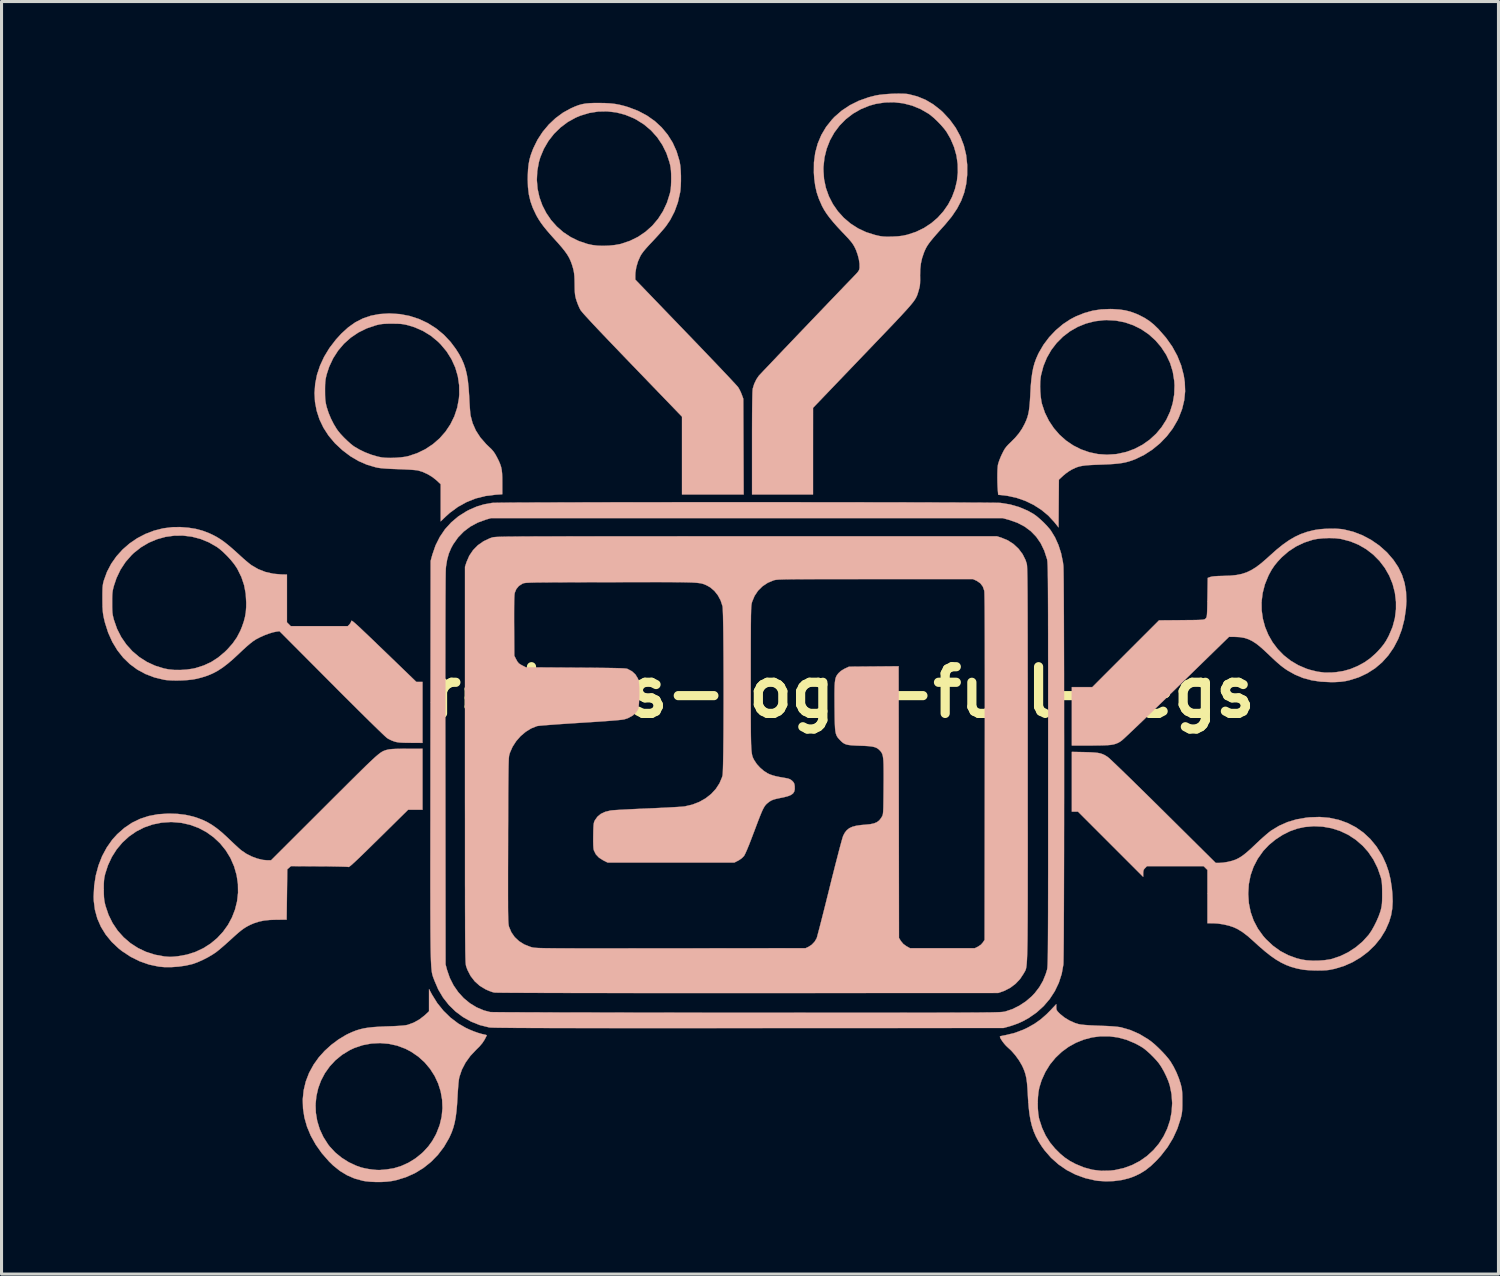
<source format=kicad_pcb>
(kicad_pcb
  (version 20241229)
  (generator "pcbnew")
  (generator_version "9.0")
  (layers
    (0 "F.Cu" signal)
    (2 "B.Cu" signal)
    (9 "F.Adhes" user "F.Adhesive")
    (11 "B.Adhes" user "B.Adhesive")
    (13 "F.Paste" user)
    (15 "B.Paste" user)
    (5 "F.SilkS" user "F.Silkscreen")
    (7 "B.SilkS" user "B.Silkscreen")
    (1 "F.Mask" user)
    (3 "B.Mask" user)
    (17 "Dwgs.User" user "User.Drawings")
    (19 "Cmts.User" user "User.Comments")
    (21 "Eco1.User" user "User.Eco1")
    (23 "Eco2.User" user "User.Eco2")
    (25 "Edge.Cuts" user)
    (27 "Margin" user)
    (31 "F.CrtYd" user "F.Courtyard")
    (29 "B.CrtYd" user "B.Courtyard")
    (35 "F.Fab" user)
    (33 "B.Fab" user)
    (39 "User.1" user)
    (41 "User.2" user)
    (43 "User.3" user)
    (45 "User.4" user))
  (footprint "red-rs-logo-full-legs"
    (layer "F.Cu")
    (at 24.453 19.54)
    (property "Reference" "red-rs-logo-full-legs" (at 0 0 0) (layer "F.SilkS") (effects (font (size 1.524 1.524) (thickness 0.3))))
    (attr through_hole)
    (fp_poly (pts (xy -13.407 9.864) (xy -13.236 10.14) (xy -13.033 10.392) (xy -12.803 10.616) (xy -12.548 10.809) (xy -12.308 10.948) (xy -12.181 11.007) (xy -12.042 11.064) (xy -11.905 11.113) (xy -11.781 11.149) (xy -11.708 11.165) (xy -11.654 11.177) (xy -11.623 11.188) (xy -11.62 11.192) (xy -11.63 11.215) (xy -11.655 11.265) (xy -11.69 11.332) (xy -11.697 11.344) (xy -11.765 11.448) (xy -11.86 11.56) (xy -11.961 11.659) (xy -12.155 11.865) (xy -12.313 12.084) (xy -12.432 12.313) (xy -12.512 12.549) (xy -12.522 12.594) (xy -12.532 12.657) (xy -12.543 12.754) (xy -12.553 12.876) (xy -12.563 13.013) (xy -12.572 13.157) (xy -12.573 13.187) (xy -12.589 13.448) (xy -12.609 13.674) (xy -12.635 13.871) (xy -12.668 14.045) (xy -12.71 14.203) (xy -12.762 14.352) (xy -12.826 14.497) (xy -12.852 14.551) (xy -13.018 14.835) (xy -13.215 15.094) (xy -13.44 15.324) (xy -13.691 15.524) (xy -13.965 15.691) (xy -14.258 15.822) (xy -14.568 15.917) (xy -14.719 15.948) (xy -14.873 15.967) (xy -15.05 15.978) (xy -15.236 15.979) (xy -15.417 15.971) (xy -15.58 15.954) (xy -15.665 15.939) (xy -15.931 15.866) (xy -16.178 15.759) (xy -16.41 15.618) (xy -16.633 15.439) (xy -16.767 15.308) (xy -17.002 15.039) (xy -17.2 14.759) (xy -17.361 14.471) (xy -17.484 14.177) (xy -17.569 13.879) (xy -17.615 13.581) (xy -17.619 13.449) (xy -17.206 13.449) (xy -17.197 13.719) (xy -17.152 13.988) (xy -17.071 14.253) (xy -16.953 14.509) (xy -16.797 14.754) (xy -16.74 14.827) (xy -16.563 15.017) (xy -16.355 15.187) (xy -16.124 15.333) (xy -15.879 15.448) (xy -15.715 15.505) (xy -15.606 15.531) (xy -15.481 15.555) (xy -15.352 15.573) (xy -15.232 15.585) (xy -15.133 15.589) (xy -15.092 15.587) (xy -15.044 15.582) (xy -14.97 15.576) (xy -14.891 15.569) (xy -14.651 15.531) (xy -14.409 15.456) (xy -14.171 15.348) (xy -13.946 15.209) (xy -13.741 15.044) (xy -13.687 14.993) (xy -13.529 14.821) (xy -13.4 14.643) (xy -13.287 14.443) (xy -13.261 14.389) (xy -13.156 14.12) (xy -13.091 13.846) (xy -13.065 13.57) (xy -13.076 13.295) (xy -13.123 13.026) (xy -13.205 12.766) (xy -13.32 12.519) (xy -13.468 12.288) (xy -13.646 12.076) (xy -13.854 11.888) (xy -14.09 11.727) (xy -14.273 11.631) (xy -14.539 11.531) (xy -14.816 11.47) (xy -15.101 11.446) (xy -15.386 11.461) (xy -15.667 11.514) (xy -15.938 11.605) (xy -16.086 11.674) (xy -16.335 11.825) (xy -16.554 12.003) (xy -16.743 12.206) (xy -16.901 12.428) (xy -17.027 12.667) (xy -17.12 12.919) (xy -17.18 13.181) (xy -17.206 13.449) (xy -17.619 13.449) (xy -17.624 13.283) (xy -17.594 12.988) (xy -17.525 12.699) (xy -17.417 12.418) (xy -17.269 12.148) (xy -17.102 11.914) (xy -16.912 11.703) (xy -16.694 11.505) (xy -16.459 11.329) (xy -16.217 11.183) (xy -16.14 11.144) (xy -16.009 11.085) (xy -15.886 11.036) (xy -15.763 10.998) (xy -15.635 10.967) (xy -15.493 10.944) (xy -15.331 10.926) (xy -15.142 10.913) (xy -14.92 10.903) (xy -14.859 10.901) (xy -14.655 10.894) (xy -14.49 10.885) (xy -14.361 10.875) (xy -14.266 10.864) (xy -14.2 10.851) (xy -14.198 10.85) (xy -14.005 10.779) (xy -13.818 10.675) (xy -13.653 10.548) (xy -13.643 10.539) (xy -13.504 10.409) (xy -13.504 10.046) (xy -13.504 9.684) (xy -13.407 9.864)) (stroke (width 0.01) (type solid)) (fill yes) (layer "B.SilkS"))
    (fp_poly (pts (xy 8.812 -12.504) (xy 9.026 -12.49) (xy 9.211 -12.463) (xy 9.383 -12.42) (xy 9.555 -12.358) (xy 9.67 -12.307) (xy 9.846 -12.216) (xy 10.001 -12.116) (xy 10.148 -11.997) (xy 10.299 -11.85) (xy 10.543 -11.571) (xy 10.748 -11.281) (xy 10.913 -10.979) (xy 11.038 -10.667) (xy 11.122 -10.347) (xy 11.157 -10.119) (xy 11.168 -9.822) (xy 11.139 -9.532) (xy 11.07 -9.245) (xy 10.959 -8.958) (xy 10.921 -8.879) (xy 10.764 -8.609) (xy 10.571 -8.356) (xy 10.348 -8.125) (xy 10.1 -7.921) (xy 9.831 -7.747) (xy 9.547 -7.609) (xy 9.448 -7.571) (xy 9.34 -7.535) (xy 9.233 -7.506) (xy 9.119 -7.483) (xy 8.991 -7.465) (xy 8.843 -7.451) (xy 8.668 -7.44) (xy 8.459 -7.431) (xy 8.403 -7.429) (xy 8.21 -7.422) (xy 8.053 -7.414) (xy 7.925 -7.404) (xy 7.82 -7.39) (xy 7.732 -7.373) (xy 7.653 -7.35) (xy 7.578 -7.32) (xy 7.499 -7.283) (xy 7.462 -7.264) (xy 7.371 -7.209) (xy 7.272 -7.138) (xy 7.186 -7.066) (xy 7.182 -7.062) (xy 7.049 -6.938) (xy 7.043 -6.159) (xy 7.038 -5.381) (xy 6.9 -5.553) (xy 6.704 -5.766) (xy 6.475 -5.955) (xy 6.221 -6.117) (xy 5.947 -6.249) (xy 5.657 -6.349) (xy 5.357 -6.413) (xy 5.231 -6.429) (xy 5.069 -6.445) (xy 5.056 -6.593) (xy 5.048 -6.716) (xy 5.043 -6.855) (xy 5.041 -7) (xy 5.042 -7.142) (xy 5.046 -7.269) (xy 5.054 -7.371) (xy 5.06 -7.42) (xy 5.079 -7.492) (xy 5.112 -7.587) (xy 5.155 -7.692) (xy 5.19 -7.767) (xy 5.242 -7.872) (xy 5.288 -7.951) (xy 5.339 -8.018) (xy 5.402 -8.087) (xy 5.475 -8.157) (xy 5.625 -8.308) (xy 5.746 -8.452) (xy 5.846 -8.599) (xy 5.934 -8.762) (xy 5.939 -8.774) (xy 5.984 -8.874) (xy 6.021 -8.973) (xy 6.049 -9.077) (xy 6.072 -9.194) (xy 6.089 -9.33) (xy 6.103 -9.492) (xy 6.115 -9.688) (xy 6.117 -9.741) (xy 6.131 -9.983) (xy 6.437 -9.983) (xy 6.443 -9.81) (xy 6.457 -9.641) (xy 6.479 -9.491) (xy 6.495 -9.415) (xy 6.591 -9.128) (xy 6.722 -8.862) (xy 6.883 -8.62) (xy 7.071 -8.403) (xy 7.285 -8.213) (xy 7.52 -8.054) (xy 7.774 -7.926) (xy 8.043 -7.832) (xy 8.325 -7.773) (xy 8.616 -7.753) (xy 8.913 -7.772) (xy 8.954 -7.778) (xy 9.248 -7.843) (xy 9.525 -7.945) (xy 9.781 -8.08) (xy 10.014 -8.245) (xy 10.223 -8.438) (xy 10.404 -8.656) (xy 10.556 -8.895) (xy 10.676 -9.154) (xy 10.762 -9.428) (xy 10.812 -9.715) (xy 10.823 -10.013) (xy 10.814 -10.158) (xy 10.766 -10.46) (xy 10.678 -10.745) (xy 10.551 -11.014) (xy 10.385 -11.267) (xy 10.207 -11.476) (xy 9.986 -11.677) (xy 9.741 -11.845) (xy 9.477 -11.977) (xy 9.198 -12.073) (xy 8.907 -12.129) (xy 8.607 -12.146) (xy 8.521 -12.143) (xy 8.219 -12.107) (xy 7.932 -12.033) (xy 7.661 -11.923) (xy 7.41 -11.779) (xy 7.182 -11.605) (xy 6.978 -11.401) (xy 6.802 -11.172) (xy 6.657 -10.919) (xy 6.544 -10.645) (xy 6.467 -10.351) (xy 6.455 -10.281) (xy 6.441 -10.144) (xy 6.437 -9.983) (xy 6.131 -9.983) (xy 6.132 -9.998) (xy 6.152 -10.22) (xy 6.179 -10.414) (xy 6.212 -10.586) (xy 6.255 -10.743) (xy 6.309 -10.891) (xy 6.374 -11.038) (xy 6.393 -11.076) (xy 6.546 -11.339) (xy 6.732 -11.586) (xy 6.946 -11.812) (xy 7.181 -12.011) (xy 7.433 -12.177) (xy 7.603 -12.265) (xy 7.879 -12.376) (xy 8.151 -12.452) (xy 8.43 -12.495) (xy 8.727 -12.506) (xy 8.812 -12.504)) (stroke (width 0.01) (type solid)) (fill yes) (layer "B.SilkS"))
    (fp_poly (pts (xy -14.456 -12.341) (xy -14.138 -12.28) (xy -13.832 -12.181) (xy -13.542 -12.045) (xy -13.271 -11.873) (xy -13.022 -11.668) (xy -12.799 -11.431) (xy -12.629 -11.203) (xy -12.525 -11.038) (xy -12.439 -10.878) (xy -12.369 -10.717) (xy -12.313 -10.549) (xy -12.269 -10.366) (xy -12.236 -10.162) (xy -12.212 -9.931) (xy -12.194 -9.666) (xy -12.191 -9.606) (xy -12.184 -9.463) (xy -12.175 -9.327) (xy -12.166 -9.206) (xy -12.158 -9.108) (xy -12.15 -9.043) (xy -12.149 -9.034) (xy -12.082 -8.783) (xy -11.976 -8.543) (xy -11.829 -8.315) (xy -11.641 -8.1) (xy -11.554 -8.016) (xy -11.468 -7.934) (xy -11.404 -7.861) (xy -11.35 -7.783) (xy -11.294 -7.683) (xy -11.282 -7.66) (xy -11.225 -7.546) (xy -11.183 -7.447) (xy -11.152 -7.354) (xy -11.132 -7.257) (xy -11.12 -7.146) (xy -11.114 -7.012) (xy -11.113 -6.847) (xy -11.113 -6.836) (xy -11.113 -6.462) (xy -11.326 -6.448) (xy -11.661 -6.406) (xy -11.98 -6.326) (xy -12.28 -6.206) (xy -12.563 -6.049) (xy -12.828 -5.854) (xy -12.967 -5.728) (xy -13.123 -5.577) (xy -13.123 -6.79) (xy -13.261 -6.919) (xy -13.394 -7.024) (xy -13.551 -7.119) (xy -13.716 -7.194) (xy -13.864 -7.239) (xy -13.918 -7.247) (xy -14.006 -7.255) (xy -14.122 -7.264) (xy -14.259 -7.271) (xy -14.408 -7.278) (xy -14.52 -7.282) (xy -14.711 -7.289) (xy -14.865 -7.297) (xy -14.99 -7.306) (xy -15.092 -7.316) (xy -15.176 -7.328) (xy -15.241 -7.342) (xy -15.531 -7.427) (xy -15.807 -7.548) (xy -16.074 -7.706) (xy -16.332 -7.902) (xy -16.575 -8.129) (xy -16.781 -8.374) (xy -16.948 -8.633) (xy -17.078 -8.904) (xy -17.169 -9.185) (xy -17.224 -9.474) (xy -17.24 -9.768) (xy -17.234 -9.842) (xy -16.897 -9.842) (xy -16.896 -9.707) (xy -16.893 -9.602) (xy -16.885 -9.516) (xy -16.873 -9.437) (xy -16.855 -9.354) (xy -16.842 -9.303) (xy -16.784 -9.124) (xy -16.706 -8.935) (xy -16.614 -8.753) (xy -16.516 -8.591) (xy -16.472 -8.53) (xy -16.391 -8.431) (xy -16.289 -8.322) (xy -16.178 -8.214) (xy -16.07 -8.116) (xy -15.973 -8.039) (xy -15.957 -8.027) (xy -15.787 -7.926) (xy -15.591 -7.831) (xy -15.383 -7.751) (xy -15.178 -7.691) (xy -15.039 -7.663) (xy -14.912 -7.651) (xy -14.758 -7.648) (xy -14.593 -7.653) (xy -14.429 -7.666) (xy -14.281 -7.685) (xy -14.182 -7.706) (xy -13.892 -7.802) (xy -13.623 -7.933) (xy -13.377 -8.096) (xy -13.158 -8.287) (xy -12.966 -8.505) (xy -12.805 -8.746) (xy -12.677 -9.007) (xy -12.584 -9.286) (xy -12.529 -9.58) (xy -12.517 -9.716) (xy -12.52 -10.019) (xy -12.564 -10.314) (xy -12.647 -10.598) (xy -12.77 -10.868) (xy -12.929 -11.122) (xy -13.126 -11.357) (xy -13.21 -11.441) (xy -13.442 -11.633) (xy -13.695 -11.788) (xy -13.97 -11.91) (xy -14.177 -11.974) (xy -14.266 -11.996) (xy -14.344 -12.011) (xy -14.424 -12.021) (xy -14.517 -12.026) (xy -14.636 -12.028) (xy -14.711 -12.029) (xy -14.846 -12.028) (xy -14.951 -12.024) (xy -15.037 -12.017) (xy -15.115 -12.005) (xy -15.196 -11.987) (xy -15.244 -11.974) (xy -15.537 -11.875) (xy -15.808 -11.741) (xy -16.056 -11.574) (xy -16.278 -11.376) (xy -16.471 -11.15) (xy -16.633 -10.898) (xy -16.762 -10.623) (xy -16.843 -10.376) (xy -16.864 -10.288) (xy -16.88 -10.209) (xy -16.889 -10.129) (xy -16.895 -10.036) (xy -16.897 -9.918) (xy -16.897 -9.842) (xy -17.234 -9.842) (xy -17.218 -10.064) (xy -17.159 -10.362) (xy -17.061 -10.657) (xy -16.926 -10.949) (xy -16.753 -11.234) (xy -16.541 -11.51) (xy -16.362 -11.706) (xy -16.138 -11.91) (xy -15.905 -12.075) (xy -15.66 -12.2) (xy -15.398 -12.289) (xy -15.117 -12.342) (xy -14.813 -12.361) (xy -14.785 -12.361) (xy -14.456 -12.341)) (stroke (width 0.01) (type solid)) (fill yes) (layer "B.SilkS"))
    (fp_poly (pts (xy 6.964 10.276) (xy 6.966 10.328) (xy 6.976 10.367) (xy 7.001 10.406) (xy 7.046 10.455) (xy 7.091 10.499) (xy 7.229 10.611) (xy 7.394 10.711) (xy 7.568 10.789) (xy 7.697 10.829) (xy 7.778 10.843) (xy 7.895 10.855) (xy 8.048 10.866) (xy 8.241 10.875) (xy 8.382 10.881) (xy 8.61 10.889) (xy 8.797 10.9) (xy 8.943 10.913) (xy 9.049 10.927) (xy 9.078 10.933) (xy 9.384 11.022) (xy 9.679 11.152) (xy 9.958 11.32) (xy 10.066 11.398) (xy 10.173 11.487) (xy 10.291 11.597) (xy 10.412 11.718) (xy 10.526 11.84) (xy 10.623 11.955) (xy 10.687 12.041) (xy 10.788 12.209) (xy 10.884 12.401) (xy 10.965 12.601) (xy 11.022 12.779) (xy 11.043 12.861) (xy 11.058 12.933) (xy 11.068 13.006) (xy 11.074 13.088) (xy 11.077 13.192) (xy 11.077 13.325) (xy 11.077 13.346) (xy 11.077 13.486) (xy 11.074 13.593) (xy 11.068 13.679) (xy 11.058 13.754) (xy 11.043 13.827) (xy 11.023 13.908) (xy 10.915 14.239) (xy 10.773 14.549) (xy 10.595 14.842) (xy 10.378 15.122) (xy 10.245 15.268) (xy 10.059 15.448) (xy 9.877 15.593) (xy 9.689 15.709) (xy 9.486 15.803) (xy 9.323 15.86) (xy 9.093 15.916) (xy 8.842 15.949) (xy 8.583 15.958) (xy 8.332 15.942) (xy 8.234 15.928) (xy 7.906 15.852) (xy 7.596 15.739) (xy 7.306 15.59) (xy 7.038 15.406) (xy 6.795 15.19) (xy 6.58 14.943) (xy 6.484 14.809) (xy 6.383 14.649) (xy 6.298 14.49) (xy 6.228 14.328) (xy 6.171 14.156) (xy 6.125 13.968) (xy 6.089 13.759) (xy 6.062 13.523) (xy 6.052 13.39) (xy 6.359 13.39) (xy 6.362 13.57) (xy 6.375 13.739) (xy 6.397 13.884) (xy 6.409 13.932) (xy 6.501 14.213) (xy 6.617 14.464) (xy 6.759 14.689) (xy 6.931 14.897) (xy 6.932 14.897) (xy 7.092 15.056) (xy 7.247 15.185) (xy 7.41 15.294) (xy 7.588 15.389) (xy 7.867 15.505) (xy 8.146 15.58) (xy 8.428 15.614) (xy 8.718 15.608) (xy 8.874 15.59) (xy 9.167 15.525) (xy 9.441 15.425) (xy 9.695 15.292) (xy 9.926 15.129) (xy 10.133 14.939) (xy 10.313 14.726) (xy 10.464 14.491) (xy 10.585 14.239) (xy 10.674 13.973) (xy 10.728 13.695) (xy 10.746 13.408) (xy 10.726 13.115) (xy 10.667 12.825) (xy 10.62 12.685) (xy 10.553 12.528) (xy 10.475 12.369) (xy 10.391 12.222) (xy 10.313 12.107) (xy 10.23 12.007) (xy 10.127 11.897) (xy 10.015 11.787) (xy 9.905 11.689) (xy 9.808 11.612) (xy 9.795 11.603) (xy 9.728 11.561) (xy 9.64 11.511) (xy 9.548 11.462) (xy 9.532 11.454) (xy 9.254 11.338) (xy 8.972 11.262) (xy 8.689 11.225) (xy 8.408 11.225) (xy 8.131 11.261) (xy 7.863 11.332) (xy 7.607 11.435) (xy 7.365 11.569) (xy 7.141 11.733) (xy 6.938 11.926) (xy 6.758 12.145) (xy 6.607 12.39) (xy 6.485 12.658) (xy 6.409 12.904) (xy 6.383 13.044) (xy 6.366 13.21) (xy 6.359 13.39) (xy 6.052 13.39) (xy 6.042 13.253) (xy 6.034 13.102) (xy 6.022 12.904) (xy 6.008 12.74) (xy 5.989 12.603) (xy 5.964 12.484) (xy 5.931 12.376) (xy 5.889 12.27) (xy 5.845 12.176) (xy 5.748 12.01) (xy 5.628 11.844) (xy 5.497 11.694) (xy 5.382 11.588) (xy 5.325 11.534) (xy 5.266 11.467) (xy 5.211 11.396) (xy 5.165 11.328) (xy 5.134 11.271) (xy 5.125 11.234) (xy 5.128 11.227) (xy 5.152 11.219) (xy 5.207 11.207) (xy 5.283 11.192) (xy 5.315 11.186) (xy 5.597 11.118) (xy 5.878 11.014) (xy 6.04 10.937) (xy 6.259 10.813) (xy 6.459 10.671) (xy 6.651 10.502) (xy 6.768 10.384) (xy 6.964 10.176) (xy 6.964 10.276)) (stroke (width 0.01) (type solid)) (fill yes) (layer "B.SilkS"))
    (fp_poly (pts (xy 7.89 1.952) (xy 8.062 1.957) (xy 8.2 1.965) (xy 8.309 1.976) (xy 8.399 1.993) (xy 8.475 2.018) (xy 8.545 2.05) (xy 8.616 2.094) (xy 8.643 2.112) (xy 8.673 2.137) (xy 8.732 2.19) (xy 8.816 2.269) (xy 8.924 2.372) (xy 9.053 2.496) (xy 9.203 2.641) (xy 9.37 2.803) (xy 9.552 2.982) (xy 9.748 3.174) (xy 9.956 3.378) (xy 10.173 3.592) (xy 10.397 3.814) (xy 10.463 3.879) (xy 12.166 5.567) (xy 12.286 5.567) (xy 12.411 5.558) (xy 12.553 5.535) (xy 12.692 5.502) (xy 12.81 5.462) (xy 12.82 5.458) (xy 12.906 5.416) (xy 12.991 5.366) (xy 13.081 5.302) (xy 13.181 5.221) (xy 13.298 5.118) (xy 13.435 4.989) (xy 13.484 4.942) (xy 13.593 4.839) (xy 13.704 4.739) (xy 13.809 4.647) (xy 13.9 4.571) (xy 13.969 4.518) (xy 13.977 4.512) (xy 14.235 4.356) (xy 14.508 4.235) (xy 14.8 4.147) (xy 15.117 4.092) (xy 15.224 4.08) (xy 15.558 4.069) (xy 15.878 4.097) (xy 16.183 4.163) (xy 16.47 4.266) (xy 16.739 4.405) (xy 16.986 4.579) (xy 17.209 4.786) (xy 17.408 5.027) (xy 17.58 5.3) (xy 17.623 5.381) (xy 17.728 5.613) (xy 17.81 5.851) (xy 17.87 6.105) (xy 17.913 6.384) (xy 17.93 6.562) (xy 17.941 6.822) (xy 17.927 7.057) (xy 17.889 7.278) (xy 17.823 7.495) (xy 17.823 7.495) (xy 17.703 7.766) (xy 17.547 8.02) (xy 17.358 8.254) (xy 17.139 8.465) (xy 16.896 8.65) (xy 16.63 8.807) (xy 16.347 8.932) (xy 16.048 9.023) (xy 15.868 9.059) (xy 15.768 9.07) (xy 15.638 9.076) (xy 15.491 9.078) (xy 15.339 9.075) (xy 15.193 9.068) (xy 15.067 9.057) (xy 15.001 9.049) (xy 14.812 9.011) (xy 14.635 8.962) (xy 14.466 8.899) (xy 14.3 8.819) (xy 14.131 8.719) (xy 13.956 8.597) (xy 13.769 8.449) (xy 13.565 8.273) (xy 13.388 8.111) (xy 13.204 7.949) (xy 13.035 7.821) (xy 12.876 7.724) (xy 12.759 7.669) (xy 12.602 7.616) (xy 12.422 7.574) (xy 12.238 7.546) (xy 12.07 7.536) (xy 11.896 7.535) (xy 11.896 6.573) (xy 13.227 6.573) (xy 13.227 6.574) (xy 13.247 6.88) (xy 13.307 7.173) (xy 13.405 7.451) (xy 13.542 7.711) (xy 13.716 7.953) (xy 13.807 8.056) (xy 14.032 8.268) (xy 14.271 8.441) (xy 14.528 8.577) (xy 14.807 8.679) (xy 14.975 8.721) (xy 15.136 8.746) (xy 15.322 8.757) (xy 15.519 8.756) (xy 15.713 8.742) (xy 15.887 8.716) (xy 15.96 8.7) (xy 16.231 8.608) (xy 16.494 8.48) (xy 16.739 8.319) (xy 16.962 8.13) (xy 17.153 7.919) (xy 17.171 7.895) (xy 17.251 7.777) (xy 17.334 7.63) (xy 17.414 7.47) (xy 17.484 7.308) (xy 17.537 7.16) (xy 17.551 7.112) (xy 17.569 7.038) (xy 17.582 6.968) (xy 17.591 6.893) (xy 17.596 6.803) (xy 17.598 6.689) (xy 17.598 6.562) (xy 17.597 6.417) (xy 17.594 6.305) (xy 17.588 6.217) (xy 17.579 6.143) (xy 17.565 6.076) (xy 17.552 6.029) (xy 17.449 5.733) (xy 17.311 5.457) (xy 17.139 5.205) (xy 16.965 5.01) (xy 16.74 4.814) (xy 16.493 4.652) (xy 16.228 4.526) (xy 15.949 4.436) (xy 15.66 4.384) (xy 15.366 4.37) (xy 15.07 4.396) (xy 14.835 4.446) (xy 14.59 4.532) (xy 14.347 4.654) (xy 14.116 4.805) (xy 13.904 4.98) (xy 13.722 5.172) (xy 13.712 5.185) (xy 13.536 5.433) (xy 13.401 5.694) (xy 13.304 5.97) (xy 13.246 6.263) (xy 13.227 6.573) (xy 11.896 6.573) (xy 11.896 5.796) (xy 11.834 5.735) (xy 11.772 5.673) (xy 9.924 5.673) (xy 9.862 5.735) (xy 9.824 5.779) (xy 9.806 5.826) (xy 9.8 5.893) (xy 9.8 5.909) (xy 9.8 6.022) (xy 8.736 4.958) (xy 7.673 3.895) (xy 7.472 3.895) (xy 7.472 1.944) (xy 7.89 1.952)) (stroke (width 0.01) (type solid)) (fill yes) (layer "B.SilkS"))
    (fp_poly (pts (xy 16.096 -5.338) (xy 16.252 -5.327) (xy 16.341 -5.315) (xy 16.651 -5.239) (xy 16.952 -5.124) (xy 17.238 -4.972) (xy 17.504 -4.788) (xy 17.745 -4.574) (xy 17.766 -4.552) (xy 17.965 -4.321) (xy 18.125 -4.081) (xy 18.246 -3.829) (xy 18.33 -3.563) (xy 18.377 -3.279) (xy 18.388 -2.976) (xy 18.374 -2.732) (xy 18.322 -2.378) (xy 18.237 -2.047) (xy 18.121 -1.74) (xy 17.974 -1.459) (xy 17.799 -1.205) (xy 17.596 -0.979) (xy 17.367 -0.784) (xy 17.112 -0.621) (xy 16.834 -0.49) (xy 16.533 -0.395) (xy 16.406 -0.366) (xy 16.249 -0.344) (xy 16.057 -0.333) (xy 15.917 -0.332) (xy 15.592 -0.347) (xy 15.294 -0.392) (xy 15.019 -0.466) (xy 14.76 -0.573) (xy 14.514 -0.711) (xy 14.433 -0.765) (xy 14.355 -0.822) (xy 14.275 -0.884) (xy 14.188 -0.959) (xy 14.088 -1.049) (xy 13.969 -1.161) (xy 13.832 -1.291) (xy 13.664 -1.446) (xy 13.514 -1.569) (xy 13.374 -1.663) (xy 13.239 -1.73) (xy 13.102 -1.775) (xy 12.958 -1.8) (xy 12.804 -1.808) (xy 12.601 -1.81) (xy 10.899 -0.151) (xy 10.672 0.07) (xy 10.452 0.283) (xy 10.242 0.487) (xy 10.042 0.68) (xy 9.856 0.86) (xy 9.685 1.024) (xy 9.531 1.171) (xy 9.397 1.298) (xy 9.284 1.405) (xy 9.195 1.488) (xy 9.131 1.546) (xy 9.095 1.577) (xy 9.091 1.58) (xy 9.027 1.622) (xy 8.966 1.655) (xy 8.902 1.681) (xy 8.83 1.701) (xy 8.744 1.716) (xy 8.64 1.725) (xy 8.511 1.731) (xy 8.352 1.735) (xy 8.158 1.736) (xy 8.094 1.736) (xy 7.472 1.736) (xy 7.472 -0.169) (xy 8.139 -0.169) (xy 9.228 -1.259) (xy 10.317 -2.348) (xy 11.053 -2.354) (xy 11.249 -2.356) (xy 11.406 -2.357) (xy 11.531 -2.359) (xy 11.626 -2.362) (xy 11.697 -2.365) (xy 11.747 -2.37) (xy 11.782 -2.376) (xy 11.805 -2.383) (xy 11.821 -2.393) (xy 11.834 -2.406) (xy 11.837 -2.408) (xy 11.851 -2.423) (xy 11.861 -2.44) (xy 11.87 -2.464) (xy 11.877 -2.5) (xy 11.882 -2.552) (xy 11.886 -2.626) (xy 11.889 -2.726) (xy 11.892 -2.857) (xy 11.893 -2.956) (xy 13.663 -2.956) (xy 13.666 -2.674) (xy 13.705 -2.398) (xy 13.778 -2.13) (xy 13.884 -1.874) (xy 14.021 -1.634) (xy 14.189 -1.411) (xy 14.385 -1.21) (xy 14.608 -1.034) (xy 14.856 -0.886) (xy 15.129 -0.769) (xy 15.251 -0.731) (xy 15.487 -0.673) (xy 15.71 -0.645) (xy 15.937 -0.644) (xy 16.097 -0.657) (xy 16.336 -0.695) (xy 16.557 -0.757) (xy 16.779 -0.849) (xy 16.817 -0.867) (xy 17.024 -0.98) (xy 17.207 -1.109) (xy 17.382 -1.264) (xy 17.454 -1.337) (xy 17.561 -1.456) (xy 17.646 -1.562) (xy 17.719 -1.67) (xy 17.788 -1.795) (xy 17.818 -1.853) (xy 17.937 -2.133) (xy 18.013 -2.418) (xy 18.049 -2.712) (xy 18.049 -2.951) (xy 18.013 -3.25) (xy 17.939 -3.536) (xy 17.829 -3.806) (xy 17.685 -4.057) (xy 17.511 -4.286) (xy 17.309 -4.49) (xy 17.081 -4.667) (xy 16.83 -4.813) (xy 16.558 -4.925) (xy 16.268 -5.001) (xy 16.232 -5.008) (xy 16.059 -5.028) (xy 15.864 -5.033) (xy 15.663 -5.025) (xy 15.473 -5.004) (xy 15.335 -4.977) (xy 15.055 -4.886) (xy 14.788 -4.759) (xy 14.542 -4.598) (xy 14.323 -4.408) (xy 14.314 -4.399) (xy 14.185 -4.261) (xy 14.082 -4.134) (xy 13.993 -4.002) (xy 13.911 -3.853) (xy 13.884 -3.799) (xy 13.771 -3.522) (xy 13.698 -3.239) (xy 13.663 -2.956) (xy 11.893 -2.956) (xy 11.894 -3.024) (xy 11.896 -3.094) (xy 11.906 -3.732) (xy 11.991 -3.763) (xy 12.048 -3.777) (xy 12.135 -3.787) (xy 12.256 -3.794) (xy 12.414 -3.798) (xy 12.435 -3.799) (xy 12.653 -3.807) (xy 12.844 -3.827) (xy 13.017 -3.862) (xy 13.176 -3.914) (xy 13.33 -3.988) (xy 13.486 -4.085) (xy 13.649 -4.209) (xy 13.828 -4.363) (xy 13.917 -4.444) (xy 14.144 -4.647) (xy 14.354 -4.817) (xy 14.553 -4.957) (xy 14.746 -5.071) (xy 14.94 -5.162) (xy 15.14 -5.233) (xy 15.351 -5.286) (xy 15.431 -5.302) (xy 15.576 -5.322) (xy 15.745 -5.335) (xy 15.923 -5.34) (xy 16.096 -5.338)) (stroke (width 0.01) (type solid)) (fill yes) (layer "B.SilkS"))
    (fp_poly (pts (xy -13.716 3.831) (xy -14.185 3.831) (xy -15.141 4.774) (xy -15.348 4.977) (xy -15.526 5.152) (xy -15.678 5.3) (xy -15.805 5.422) (xy -15.909 5.52) (xy -15.991 5.595) (xy -16.052 5.649) (xy -16.095 5.683) (xy -16.12 5.699) (xy -16.128 5.7) (xy -16.156 5.696) (xy -16.221 5.692) (xy -16.32 5.689) (xy -16.447 5.686) (xy -16.599 5.683) (xy -16.771 5.68) (xy -16.958 5.678) (xy -17.085 5.678) (xy -18.009 5.672) (xy -18.129 5.775) (xy -18.15 7.419) (xy -18.479 7.421) (xy -18.696 7.428) (xy -18.883 7.447) (xy -19.05 7.482) (xy -19.207 7.532) (xy -19.332 7.585) (xy -19.412 7.625) (xy -19.485 7.667) (xy -19.558 7.714) (xy -19.637 7.773) (xy -19.727 7.847) (xy -19.834 7.941) (xy -19.965 8.06) (xy -19.983 8.077) (xy -20.09 8.173) (xy -20.199 8.27) (xy -20.302 8.358) (xy -20.39 8.431) (xy -20.443 8.473) (xy -20.57 8.559) (xy -20.721 8.648) (xy -20.884 8.731) (xy -21.045 8.803) (xy -21.19 8.857) (xy -21.23 8.869) (xy -21.444 8.918) (xy -21.675 8.951) (xy -21.91 8.968) (xy -22.134 8.968) (xy -22.32 8.951) (xy -22.639 8.884) (xy -22.947 8.776) (xy -23.242 8.629) (xy -23.521 8.445) (xy -23.63 8.359) (xy -23.86 8.142) (xy -24.053 7.906) (xy -24.209 7.652) (xy -24.327 7.383) (xy -24.405 7.099) (xy -24.443 6.804) (xy -24.448 6.669) (xy -24.433 6.384) (xy -24.117 6.384) (xy -24.117 6.435) (xy -24.115 6.571) (xy -24.111 6.677) (xy -24.103 6.764) (xy -24.09 6.844) (xy -24.071 6.927) (xy -24.061 6.968) (xy -23.962 7.261) (xy -23.829 7.53) (xy -23.664 7.776) (xy -23.469 7.994) (xy -23.248 8.184) (xy -23.002 8.344) (xy -22.734 8.471) (xy -22.446 8.563) (xy -22.142 8.619) (xy -21.965 8.633) (xy -21.918 8.632) (xy -21.842 8.627) (xy -21.75 8.618) (xy -21.703 8.613) (xy -21.405 8.56) (xy -21.125 8.471) (xy -20.866 8.349) (xy -20.628 8.197) (xy -20.414 8.018) (xy -20.226 7.815) (xy -20.065 7.591) (xy -19.934 7.348) (xy -19.834 7.09) (xy -19.767 6.82) (xy -19.735 6.541) (xy -19.739 6.255) (xy -19.782 5.965) (xy -19.863 5.683) (xy -19.983 5.408) (xy -20.137 5.156) (xy -20.321 4.929) (xy -20.532 4.731) (xy -20.767 4.562) (xy -21.023 4.426) (xy -21.297 4.325) (xy -21.586 4.26) (xy -21.886 4.234) (xy -21.929 4.233) (xy -22.232 4.254) (xy -22.523 4.313) (xy -22.798 4.409) (xy -23.056 4.54) (xy -23.292 4.704) (xy -23.506 4.899) (xy -23.694 5.122) (xy -23.853 5.372) (xy -23.981 5.647) (xy -24.069 5.918) (xy -24.089 6.001) (xy -24.103 6.078) (xy -24.111 6.16) (xy -24.116 6.259) (xy -24.117 6.384) (xy -24.433 6.384) (xy -24.43 6.316) (xy -24.377 5.976) (xy -24.29 5.652) (xy -24.171 5.347) (xy -24.02 5.066) (xy -23.84 4.81) (xy -23.678 4.631) (xy -23.446 4.426) (xy -23.198 4.258) (xy -22.932 4.129) (xy -22.648 4.036) (xy -22.342 3.979) (xy -22.015 3.958) (xy -21.983 3.958) (xy -21.703 3.968) (xy -21.449 3.999) (xy -21.212 4.052) (xy -21.099 4.086) (xy -20.919 4.153) (xy -20.753 4.229) (xy -20.594 4.322) (xy -20.434 4.434) (xy -20.266 4.57) (xy -20.084 4.736) (xy -20.024 4.794) (xy -19.924 4.889) (xy -19.826 4.981) (xy -19.737 5.063) (xy -19.665 5.127) (xy -19.622 5.162) (xy -19.465 5.269) (xy -19.289 5.358) (xy -19.105 5.426) (xy -18.925 5.469) (xy -18.777 5.482) (xy -18.659 5.482) (xy -16.912 3.739) (xy -16.643 3.47) (xy -16.401 3.229) (xy -16.186 3.015) (xy -15.996 2.826) (xy -15.828 2.66) (xy -15.682 2.516) (xy -15.555 2.391) (xy -15.445 2.286) (xy -15.35 2.197) (xy -15.27 2.123) (xy -15.201 2.063) (xy -15.143 2.015) (xy -15.093 1.977) (xy -15.049 1.948) (xy -15.011 1.926) (xy -14.975 1.91) (xy -14.941 1.897) (xy -14.906 1.886) (xy -14.869 1.876) (xy -14.848 1.871) (xy -14.791 1.86) (xy -14.706 1.852) (xy -14.589 1.846) (xy -14.438 1.843) (xy -14.247 1.842) (xy -14.229 1.842) (xy -13.716 1.841) (xy -13.716 3.831)) (stroke (width 0.01) (type solid)) (fill yes) (layer "B.SilkS"))
    (fp_poly (pts (xy -7.77 -19.226) (xy -7.591 -19.216) (xy -7.43 -19.198) (xy -7.277 -19.169) (xy -7.119 -19.129) (xy -6.991 -19.09) (xy -6.68 -18.971) (xy -6.395 -18.82) (xy -6.139 -18.64) (xy -5.913 -18.432) (xy -5.718 -18.197) (xy -5.555 -17.938) (xy -5.427 -17.655) (xy -5.335 -17.351) (xy -5.322 -17.293) (xy -5.303 -17.173) (xy -5.291 -17.022) (xy -5.284 -16.855) (xy -5.284 -16.682) (xy -5.29 -16.516) (xy -5.302 -16.369) (xy -5.311 -16.309) (xy -5.383 -15.989) (xy -5.491 -15.69) (xy -5.634 -15.413) (xy -5.766 -15.219) (xy -5.823 -15.147) (xy -5.904 -15.053) (xy -5.999 -14.944) (xy -6.103 -14.83) (xy -6.207 -14.718) (xy -6.217 -14.708) (xy -6.34 -14.577) (xy -6.436 -14.47) (xy -6.509 -14.382) (xy -6.564 -14.306) (xy -6.606 -14.238) (xy -6.611 -14.227) (xy -6.686 -14.058) (xy -6.74 -13.875) (xy -6.769 -13.696) (xy -6.773 -13.609) (xy -6.773 -13.467) (xy -5.128 -11.759) (xy -4.909 -11.532) (xy -4.697 -11.311) (xy -4.495 -11.1) (xy -4.304 -10.9) (xy -4.126 -10.714) (xy -3.963 -10.542) (xy -3.818 -10.389) (xy -3.692 -10.255) (xy -3.587 -10.142) (xy -3.505 -10.054) (xy -3.448 -9.991) (xy -3.418 -9.956) (xy -3.415 -9.952) (xy -3.371 -9.876) (xy -3.326 -9.783) (xy -3.299 -9.715) (xy -3.249 -9.578) (xy -3.243 -8.017) (xy -3.237 -6.456) (xy -5.249 -6.456) (xy -5.249 -8.993) (xy -6.874 -10.678) (xy -7.155 -10.97) (xy -7.407 -11.233) (xy -7.632 -11.467) (xy -7.83 -11.675) (xy -8.002 -11.856) (xy -8.149 -12.012) (xy -8.272 -12.145) (xy -8.373 -12.255) (xy -8.452 -12.342) (xy -8.51 -12.41) (xy -8.548 -12.457) (xy -8.566 -12.483) (xy -8.605 -12.562) (xy -8.648 -12.663) (xy -8.685 -12.765) (xy -8.691 -12.782) (xy -8.713 -12.854) (xy -8.728 -12.919) (xy -8.739 -12.986) (xy -8.746 -13.064) (xy -8.75 -13.165) (xy -8.752 -13.296) (xy -8.752 -13.312) (xy -8.755 -13.459) (xy -8.76 -13.574) (xy -8.769 -13.666) (xy -8.782 -13.745) (xy -8.8 -13.821) (xy -8.802 -13.831) (xy -8.84 -13.958) (xy -8.882 -14.071) (xy -8.931 -14.177) (xy -8.993 -14.283) (xy -9.071 -14.393) (xy -9.169 -14.516) (xy -9.291 -14.657) (xy -9.389 -14.765) (xy -9.538 -14.931) (xy -9.66 -15.073) (xy -9.761 -15.197) (xy -9.845 -15.31) (xy -9.917 -15.418) (xy -9.981 -15.526) (xy -10.013 -15.586) (xy -10.117 -15.806) (xy -10.194 -16.023) (xy -10.246 -16.247) (xy -10.275 -16.487) (xy -10.282 -16.717) (xy -9.986 -16.717) (xy -9.962 -16.431) (xy -9.901 -16.154) (xy -9.806 -15.889) (xy -9.678 -15.64) (xy -9.52 -15.408) (xy -9.333 -15.198) (xy -9.12 -15.012) (xy -8.881 -14.854) (xy -8.62 -14.726) (xy -8.339 -14.631) (xy -8.18 -14.596) (xy -8.016 -14.575) (xy -7.828 -14.568) (xy -7.63 -14.575) (xy -7.437 -14.595) (xy -7.265 -14.626) (xy -7.239 -14.633) (xy -6.95 -14.73) (xy -6.682 -14.862) (xy -6.438 -15.028) (xy -6.219 -15.224) (xy -6.029 -15.449) (xy -5.868 -15.7) (xy -5.739 -15.976) (xy -5.645 -16.274) (xy -5.627 -16.351) (xy -5.616 -16.428) (xy -5.607 -16.537) (xy -5.602 -16.666) (xy -5.601 -16.785) (xy -5.603 -16.921) (xy -5.609 -17.027) (xy -5.619 -17.117) (xy -5.634 -17.203) (xy -5.658 -17.298) (xy -5.756 -17.591) (xy -5.891 -17.863) (xy -6.058 -18.111) (xy -6.257 -18.333) (xy -6.486 -18.527) (xy -6.743 -18.689) (xy -6.826 -18.732) (xy -7.107 -18.847) (xy -7.396 -18.922) (xy -7.691 -18.956) (xy -7.986 -18.95) (xy -8.28 -18.903) (xy -8.566 -18.816) (xy -8.713 -18.754) (xy -8.975 -18.61) (xy -9.213 -18.431) (xy -9.425 -18.224) (xy -9.608 -17.99) (xy -9.757 -17.734) (xy -9.872 -17.459) (xy -9.918 -17.304) (xy -9.972 -17.009) (xy -9.986 -16.717) (xy -10.282 -16.717) (xy -10.283 -16.753) (xy -10.281 -16.864) (xy -10.272 -17.061) (xy -10.254 -17.228) (xy -10.226 -17.38) (xy -10.184 -17.529) (xy -10.125 -17.689) (xy -10.1 -17.752) (xy -9.964 -18.029) (xy -9.795 -18.288) (xy -9.597 -18.525) (xy -9.375 -18.734) (xy -9.133 -18.913) (xy -8.884 -19.05) (xy -8.748 -19.111) (xy -8.628 -19.157) (xy -8.514 -19.189) (xy -8.395 -19.211) (xy -8.261 -19.223) (xy -8.102 -19.229) (xy -7.98 -19.229) (xy -7.77 -19.226)) (stroke (width 0.01) (type solid)) (fill yes) (layer "B.SilkS"))
    (fp_poly (pts (xy -21.354 -5.37) (xy -21.113 -5.332) (xy -20.89 -5.272) (xy -20.673 -5.189) (xy -20.542 -5.127) (xy -20.426 -5.065) (xy -20.311 -4.994) (xy -20.192 -4.911) (xy -20.065 -4.811) (xy -19.922 -4.69) (xy -19.759 -4.544) (xy -19.674 -4.466) (xy -19.578 -4.378) (xy -19.478 -4.292) (xy -19.386 -4.215) (xy -19.311 -4.157) (xy -19.297 -4.147) (xy -19.08 -4.02) (xy -18.84 -3.926) (xy -18.581 -3.868) (xy -18.327 -3.846) (xy -18.14 -3.842) (xy -18.14 -2.283) (xy -18.078 -2.221) (xy -18.016 -2.159) (xy -16.156 -2.159) (xy -16.101 -2.214) (xy -16.062 -2.266) (xy -16.041 -2.321) (xy -16.04 -2.324) (xy -16.037 -2.333) (xy -16.027 -2.334) (xy -16.01 -2.327) (xy -15.983 -2.308) (xy -15.945 -2.277) (xy -15.892 -2.231) (xy -15.823 -2.169) (xy -15.736 -2.088) (xy -15.629 -1.986) (xy -15.499 -1.863) (xy -15.345 -1.716) (xy -15.165 -1.542) (xy -14.975 -1.36) (xy -13.917 -0.339) (xy -13.817 -0.339) (xy -13.716 -0.339) (xy -13.716 1.651) (xy -14.102 1.649) (xy -14.256 1.648) (xy -14.376 1.644) (xy -14.469 1.638) (xy -14.543 1.628) (xy -14.606 1.614) (xy -14.621 1.61) (xy -14.715 1.576) (xy -14.815 1.528) (xy -14.869 1.495) (xy -14.9 1.469) (xy -14.96 1.415) (xy -15.045 1.334) (xy -15.155 1.228) (xy -15.288 1.099) (xy -15.442 0.949) (xy -15.615 0.778) (xy -15.805 0.59) (xy -16.011 0.385) (xy -16.231 0.166) (xy -16.463 -0.066) (xy -16.684 -0.288) (xy -18.383 -1.994) (xy -18.484 -1.98) (xy -18.595 -1.957) (xy -18.729 -1.916) (xy -18.873 -1.862) (xy -19.014 -1.799) (xy -19.14 -1.734) (xy -19.157 -1.724) (xy -19.241 -1.669) (xy -19.336 -1.595) (xy -19.448 -1.5) (xy -19.58 -1.38) (xy -19.691 -1.275) (xy -19.891 -1.089) (xy -20.072 -0.934) (xy -20.241 -0.805) (xy -20.403 -0.7) (xy -20.566 -0.614) (xy -20.735 -0.543) (xy -20.917 -0.485) (xy -21.082 -0.442) (xy -21.218 -0.417) (xy -21.383 -0.399) (xy -21.564 -0.388) (xy -21.749 -0.384) (xy -21.924 -0.388) (xy -22.077 -0.399) (xy -22.151 -0.41) (xy -22.463 -0.485) (xy -22.754 -0.596) (xy -23.022 -0.741) (xy -23.265 -0.92) (xy -23.483 -1.131) (xy -23.674 -1.373) (xy -23.838 -1.645) (xy -23.973 -1.945) (xy -24.078 -2.273) (xy -24.113 -2.42) (xy -24.13 -2.506) (xy -24.143 -2.588) (xy -24.151 -2.677) (xy -24.157 -2.78) (xy -24.16 -2.907) (xy -24.16 -2.921) (xy -23.843 -2.921) (xy -23.843 -2.785) (xy -23.84 -2.681) (xy -23.835 -2.598) (xy -23.825 -2.526) (xy -23.809 -2.453) (xy -23.788 -2.37) (xy -23.785 -2.36) (xy -23.684 -2.071) (xy -23.548 -1.803) (xy -23.38 -1.559) (xy -23.183 -1.34) (xy -22.959 -1.151) (xy -22.711 -0.992) (xy -22.443 -0.868) (xy -22.156 -0.779) (xy -22.004 -0.749) (xy -21.821 -0.73) (xy -21.617 -0.728) (xy -21.408 -0.742) (xy -21.21 -0.771) (xy -21.12 -0.791) (xy -20.854 -0.876) (xy -20.612 -0.988) (xy -20.386 -1.134) (xy -20.169 -1.316) (xy -20.087 -1.396) (xy -19.913 -1.592) (xy -19.773 -1.792) (xy -19.66 -2.009) (xy -19.608 -2.137) (xy -19.548 -2.309) (xy -19.508 -2.462) (xy -19.482 -2.615) (xy -19.47 -2.781) (xy -19.468 -2.921) (xy -19.485 -3.217) (xy -19.537 -3.494) (xy -19.626 -3.76) (xy -19.755 -4.021) (xy -19.783 -4.068) (xy -19.862 -4.184) (xy -19.967 -4.314) (xy -20.088 -4.446) (xy -20.215 -4.571) (xy -20.338 -4.678) (xy -20.423 -4.741) (xy -20.685 -4.892) (xy -20.959 -5.004) (xy -21.242 -5.078) (xy -21.529 -5.113) (xy -21.816 -5.111) (xy -22.101 -5.072) (xy -22.379 -4.995) (xy -22.647 -4.882) (xy -22.9 -4.733) (xy -23.135 -4.548) (xy -23.207 -4.479) (xy -23.406 -4.253) (xy -23.571 -4.002) (xy -23.703 -3.725) (xy -23.786 -3.477) (xy -23.808 -3.394) (xy -23.824 -3.322) (xy -23.834 -3.25) (xy -23.84 -3.168) (xy -23.843 -3.066) (xy -23.843 -2.933) (xy -23.843 -2.921) (xy -24.16 -2.921) (xy -24.161 -3.059) (xy -24.161 -3.208) (xy -24.159 -3.323) (xy -24.156 -3.413) (xy -24.149 -3.484) (xy -24.14 -3.545) (xy -24.126 -3.604) (xy -24.113 -3.651) (xy -24.011 -3.932) (xy -23.873 -4.195) (xy -23.702 -4.438) (xy -23.502 -4.659) (xy -23.276 -4.856) (xy -23.027 -5.026) (xy -22.759 -5.166) (xy -22.476 -5.275) (xy -22.18 -5.35) (xy -21.876 -5.388) (xy -21.622 -5.391) (xy -21.354 -5.37)) (stroke (width 0.01) (type solid)) (fill yes) (layer "B.SilkS"))
    (fp_poly (pts (xy 1.96 -19.533) (xy 2.079 -19.526) (xy 2.143 -19.517) (xy 2.428 -19.444) (xy 2.696 -19.334) (xy 2.947 -19.186) (xy 3.186 -18.999) (xy 3.258 -18.934) (xy 3.487 -18.688) (xy 3.679 -18.424) (xy 3.832 -18.143) (xy 3.947 -17.846) (xy 4.022 -17.535) (xy 4.057 -17.211) (xy 4.057 -17.198) (xy 4.056 -16.88) (xy 4.024 -16.585) (xy 3.96 -16.307) (xy 3.861 -16.04) (xy 3.726 -15.782) (xy 3.554 -15.526) (xy 3.341 -15.268) (xy 3.32 -15.244) (xy 3.173 -15.081) (xy 3.052 -14.945) (xy 2.954 -14.831) (xy 2.875 -14.735) (xy 2.812 -14.653) (xy 2.762 -14.581) (xy 2.722 -14.514) (xy 2.689 -14.448) (xy 2.659 -14.379) (xy 2.644 -14.342) (xy 2.585 -14.167) (xy 2.546 -13.992) (xy 2.525 -13.805) (xy 2.52 -13.592) (xy 2.521 -13.568) (xy 2.522 -13.442) (xy 2.519 -13.347) (xy 2.512 -13.27) (xy 2.498 -13.201) (xy 2.478 -13.128) (xy 2.477 -13.124) (xy 2.461 -13.071) (xy 2.447 -13.023) (xy 2.433 -12.978) (xy 2.416 -12.936) (xy 2.396 -12.893) (xy 2.371 -12.847) (xy 2.339 -12.797) (xy 2.299 -12.741) (xy 2.248 -12.677) (xy 2.186 -12.602) (xy 2.11 -12.516) (xy 2.019 -12.416) (xy 1.912 -12.299) (xy 1.786 -12.165) (xy 1.641 -12.011) (xy 1.473 -11.835) (xy 1.283 -11.636) (xy 1.067 -11.411) (xy 0.825 -11.158) (xy 0.666 -10.992) (xy -0.973 -9.282) (xy -0.974 -7.869) (xy -0.974 -6.456) (xy -2.963 -6.456) (xy -2.963 -8.127) (xy -2.963 -8.483) (xy -2.962 -8.797) (xy -2.961 -9.071) (xy -2.959 -9.305) (xy -2.956 -9.5) (xy -2.953 -9.657) (xy -2.95 -9.776) (xy -2.945 -9.859) (xy -2.94 -9.907) (xy -2.94 -9.91) (xy -2.893 -10.063) (xy -2.822 -10.211) (xy -2.742 -10.329) (xy -2.719 -10.353) (xy -2.67 -10.405) (xy -2.597 -10.484) (xy -2.5 -10.585) (xy -2.384 -10.707) (xy -2.25 -10.848) (xy -2.101 -11.005) (xy -1.938 -11.176) (xy -1.765 -11.357) (xy -1.583 -11.548) (xy -1.395 -11.745) (xy -1.203 -11.945) (xy -1.01 -12.148) (xy -0.817 -12.349) (xy -0.627 -12.547) (xy -0.443 -12.74) (xy -0.266 -12.924) (xy -0.099 -13.098) (xy 0.055 -13.259) (xy 0.195 -13.404) (xy 0.318 -13.531) (xy 0.367 -13.583) (xy 0.441 -13.66) (xy 0.49 -13.717) (xy 0.519 -13.76) (xy 0.536 -13.8) (xy 0.544 -13.845) (xy 0.545 -13.861) (xy 0.544 -13.982) (xy 0.523 -14.126) (xy 0.484 -14.278) (xy 0.431 -14.427) (xy 0.401 -14.493) (xy 0.368 -14.557) (xy 0.333 -14.615) (xy 0.29 -14.676) (xy 0.235 -14.743) (xy 0.163 -14.825) (xy 0.068 -14.926) (xy -0.004 -15.001) (xy -0.175 -15.183) (xy -0.317 -15.344) (xy -0.435 -15.488) (xy -0.532 -15.62) (xy -0.612 -15.745) (xy -0.68 -15.869) (xy -0.687 -15.886) (xy -0.781 -16.099) (xy -0.852 -16.308) (xy -0.901 -16.525) (xy -0.933 -16.762) (xy -0.946 -16.959) (xy -0.945 -17.042) (xy -0.635 -17.042) (xy -0.614 -16.745) (xy -0.554 -16.459) (xy -0.457 -16.187) (xy -0.326 -15.931) (xy -0.163 -15.696) (xy 0.03 -15.483) (xy 0.249 -15.297) (xy 0.494 -15.139) (xy 0.76 -15.014) (xy 1.039 -14.926) (xy 1.145 -14.9) (xy 1.231 -14.883) (xy 1.309 -14.873) (xy 1.392 -14.868) (xy 1.492 -14.867) (xy 1.62 -14.87) (xy 1.63 -14.87) (xy 1.799 -14.879) (xy 1.945 -14.897) (xy 2.086 -14.927) (xy 2.1 -14.93) (xy 2.386 -15.024) (xy 2.648 -15.151) (xy 2.885 -15.307) (xy 3.097 -15.489) (xy 3.281 -15.695) (xy 3.437 -15.92) (xy 3.563 -16.163) (xy 3.658 -16.419) (xy 3.722 -16.685) (xy 3.752 -16.959) (xy 3.747 -17.236) (xy 3.707 -17.515) (xy 3.629 -17.791) (xy 3.514 -18.062) (xy 3.383 -18.288) (xy 3.305 -18.392) (xy 3.203 -18.51) (xy 3.087 -18.63) (xy 2.968 -18.743) (xy 2.855 -18.837) (xy 2.797 -18.88) (xy 2.534 -19.032) (xy 2.256 -19.145) (xy 1.968 -19.219) (xy 1.672 -19.253) (xy 1.374 -19.247) (xy 1.077 -19.201) (xy 0.868 -19.143) (xy 0.586 -19.028) (xy 0.329 -18.88) (xy 0.097 -18.701) (xy -0.106 -18.495) (xy -0.28 -18.264) (xy -0.421 -18.01) (xy -0.528 -17.738) (xy -0.6 -17.449) (xy -0.633 -17.146) (xy -0.635 -17.042) (xy -0.945 -17.042) (xy -0.943 -17.291) (xy -0.901 -17.607) (xy -0.82 -17.906) (xy -0.702 -18.186) (xy -0.546 -18.449) (xy -0.352 -18.691) (xy -0.274 -18.774) (xy -0.037 -18.98) (xy 0.228 -19.156) (xy 0.521 -19.302) (xy 0.84 -19.415) (xy 1.075 -19.475) (xy 1.193 -19.495) (xy 1.335 -19.511) (xy 1.494 -19.524) (xy 1.657 -19.532) (xy 1.816 -19.535) (xy 1.96 -19.533)) (stroke (width 0.01) (type solid)) (fill yes) (layer "B.SilkS"))
    (fp_poly (pts (xy -2.969 -6.202) (xy -2.453 -6.202) (xy -1.939 -6.202) (xy -1.429 -6.202) (xy -0.925 -6.201) (xy -0.429 -6.201) (xy 0.058 -6.201) (xy 0.533 -6.2) (xy 0.995 -6.199) (xy 1.442 -6.199) (xy 1.873 -6.198) (xy 2.285 -6.197) (xy 2.677 -6.196) (xy 3.046 -6.195) (xy 3.392 -6.194) (xy 3.712 -6.193) (xy 4.005 -6.191) (xy 4.269 -6.19) (xy 4.501 -6.189) (xy 4.701 -6.187) (xy 4.866 -6.185) (xy 4.995 -6.184) (xy 5.085 -6.182) (xy 5.136 -6.18) (xy 5.142 -6.18) (xy 5.457 -6.129) (xy 5.756 -6.043) (xy 6.036 -5.924) (xy 6.229 -5.814) (xy 6.327 -5.743) (xy 6.439 -5.647) (xy 6.555 -5.539) (xy 6.664 -5.426) (xy 6.754 -5.321) (xy 6.787 -5.278) (xy 6.922 -5.057) (xy 7.034 -4.808) (xy 7.121 -4.537) (xy 7.18 -4.253) (xy 7.196 -4.126) (xy 7.198 -4.083) (xy 7.2 -4) (xy 7.202 -3.879) (xy 7.204 -3.722) (xy 7.206 -3.531) (xy 7.207 -3.307) (xy 7.209 -3.054) (xy 7.21 -2.773) (xy 7.212 -2.465) (xy 7.213 -2.134) (xy 7.214 -1.781) (xy 7.215 -1.408) (xy 7.216 -1.017) (xy 7.217 -0.611) (xy 7.217 -0.191) (xy 7.218 0.241) (xy 7.218 0.683) (xy 7.218 1.132) (xy 7.219 1.586) (xy 7.219 2.044) (xy 7.219 2.504) (xy 7.219 2.963) (xy 7.219 3.419) (xy 7.218 3.871) (xy 7.218 4.316) (xy 7.217 4.753) (xy 7.217 5.179) (xy 7.216 5.591) (xy 7.215 5.99) (xy 7.214 6.371) (xy 7.213 6.733) (xy 7.212 7.074) (xy 7.21 7.393) (xy 7.209 7.686) (xy 7.208 7.952) (xy 7.206 8.19) (xy 7.204 8.396) (xy 7.202 8.569) (xy 7.2 8.706) (xy 7.198 8.807) (xy 7.196 8.868) (xy 7.195 8.883) (xy 7.141 9.187) (xy 7.047 9.478) (xy 6.916 9.752) (xy 6.751 10.006) (xy 6.552 10.239) (xy 6.323 10.447) (xy 6.064 10.627) (xy 5.874 10.732) (xy 5.758 10.785) (xy 5.627 10.837) (xy 5.501 10.88) (xy 5.45 10.896) (xy 5.239 10.954) (xy -3.08 10.957) (xy -3.81 10.957) (xy -4.499 10.958) (xy -5.148 10.958) (xy -5.758 10.958) (xy -6.33 10.958) (xy -6.865 10.958) (xy -7.365 10.958) (xy -7.83 10.957) (xy -8.261 10.957) (xy -8.66 10.957) (xy -9.028 10.956) (xy -9.365 10.956) (xy -9.673 10.955) (xy -9.954 10.954) (xy -10.207 10.953) (xy -10.435 10.952) (xy -10.638 10.951) (xy -10.817 10.95) (xy -10.974 10.948) (xy -11.109 10.947) (xy -11.224 10.945) (xy -11.32 10.944) (xy -11.398 10.942) (xy -11.459 10.94) (xy -11.504 10.938) (xy -11.534 10.935) (xy -11.547 10.933) (xy -11.849 10.858) (xy -12.133 10.744) (xy -12.397 10.596) (xy -12.639 10.415) (xy -12.856 10.203) (xy -13.044 9.964) (xy -13.202 9.698) (xy -13.323 9.416) (xy -13.337 9.38) (xy -13.349 9.348) (xy -13.36 9.319) (xy -13.371 9.29) (xy -13.381 9.26) (xy -13.39 9.229) (xy -13.399 9.194) (xy -13.407 9.155) (xy -13.414 9.109) (xy -13.42 9.056) (xy -13.426 8.993) (xy -13.432 8.92) (xy -13.436 8.835) (xy -13.441 8.736) (xy -13.444 8.623) (xy -13.448 8.494) (xy -13.451 8.346) (xy -13.453 8.18) (xy -13.455 7.993) (xy -13.457 7.784) (xy -13.458 7.552) (xy -13.459 7.295) (xy -13.46 7.012) (xy -13.46 6.701) (xy -13.461 6.361) (xy -13.461 5.99) (xy -13.461 5.587) (xy -13.46 5.151) (xy -13.46 4.68) (xy -13.459 4.173) (xy -13.459 3.628) (xy -13.458 3.045) (xy -13.458 2.42) (xy -13.458 2.254) (xy -13.455 -0.245) (xy -12.972 -0.245) (xy -12.972 0.336) (xy -12.972 0.958) (xy -12.971 1.623) (xy -12.971 2.33) (xy -12.97 2.54) (xy -12.964 8.879) (xy -12.916 9.059) (xy -12.826 9.32) (xy -12.704 9.562) (xy -12.551 9.783) (xy -12.373 9.979) (xy -12.171 10.146) (xy -11.949 10.281) (xy -11.712 10.381) (xy -11.513 10.433) (xy -11.485 10.435) (xy -11.417 10.436) (xy -11.309 10.437) (xy -11.162 10.439) (xy -10.98 10.44) (xy -10.762 10.441) (xy -10.51 10.442) (xy -10.226 10.443) (xy -9.911 10.444) (xy -9.566 10.446) (xy -9.194 10.447) (xy -8.794 10.448) (xy -8.37 10.448) (xy -7.922 10.449) (xy -7.451 10.45) (xy -6.959 10.451) (xy -6.448 10.452) (xy -5.919 10.452) (xy -5.373 10.453) (xy -4.812 10.453) (xy -4.238 10.454) (xy -3.651 10.454) (xy -3.141 10.454) (xy -2.437 10.454) (xy -1.774 10.454) (xy -1.151 10.455) (xy -0.566 10.455) (xy -0.019 10.455) (xy 0.493 10.455) (xy 0.969 10.455) (xy 1.413 10.455) (xy 1.824 10.455) (xy 2.203 10.454) (xy 2.554 10.454) (xy 2.875 10.454) (xy 3.17 10.453) (xy 3.439 10.453) (xy 3.682 10.452) (xy 3.903 10.451) (xy 4.101 10.451) (xy 4.279 10.45) (xy 4.437 10.449) (xy 4.576 10.447) (xy 4.698 10.446) (xy 4.805 10.445) (xy 4.897 10.443) (xy 4.975 10.441) (xy 5.042 10.439) (xy 5.098 10.437) (xy 5.144 10.435) (xy 5.182 10.432) (xy 5.212 10.43) (xy 5.237 10.427) (xy 5.258 10.424) (xy 5.275 10.421) (xy 5.291 10.418) (xy 5.304 10.414) (xy 5.532 10.338) (xy 5.759 10.225) (xy 5.973 10.084) (xy 6.165 9.919) (xy 6.265 9.812) (xy 6.413 9.619) (xy 6.53 9.416) (xy 6.621 9.191) (xy 6.662 9.057) (xy 6.666 9.042) (xy 6.669 9.025) (xy 6.672 9.003) (xy 6.675 8.975) (xy 6.677 8.939) (xy 6.68 8.895) (xy 6.682 8.84) (xy 6.684 8.774) (xy 6.686 8.695) (xy 6.688 8.601) (xy 6.69 8.492) (xy 6.691 8.365) (xy 6.692 8.22) (xy 6.693 8.054) (xy 6.694 7.867) (xy 6.695 7.657) (xy 6.696 7.423) (xy 6.697 7.163) (xy 6.697 6.876) (xy 6.698 6.56) (xy 6.698 6.214) (xy 6.699 5.837) (xy 6.699 5.427) (xy 6.699 4.983) (xy 6.699 4.504) (xy 6.699 3.987) (xy 6.699 3.432) (xy 6.699 2.837) (xy 6.699 2.36) (xy 6.699 1.734) (xy 6.699 1.149) (xy 6.699 0.603) (xy 6.699 0.095) (xy 6.699 -0.376) (xy 6.699 -0.811) (xy 6.698 -1.213) (xy 6.698 -1.583) (xy 6.698 -1.921) (xy 6.697 -2.23) (xy 6.697 -2.51) (xy 6.696 -2.764) (xy 6.695 -2.993) (xy 6.694 -3.197) (xy 6.693 -3.379) (xy 6.692 -3.54) (xy 6.691 -3.681) (xy 6.689 -3.804) (xy 6.688 -3.91) (xy 6.686 -4) (xy 6.684 -4.076) (xy 6.682 -4.14) (xy 6.679 -4.192) (xy 6.677 -4.235) (xy 6.674 -4.269) (xy 6.671 -4.297) (xy 6.668 -4.318) (xy 6.665 -4.336) (xy 6.662 -4.347) (xy 6.573 -4.621) (xy 6.456 -4.864) (xy 6.309 -5.076) (xy 6.133 -5.258) (xy 5.927 -5.41) (xy 5.691 -5.533) (xy 5.425 -5.626) (xy 5.42 -5.627) (xy 5.218 -5.683) (xy -11.483 -5.683) (xy -11.645 -5.636) (xy -11.914 -5.538) (xy -12.157 -5.407) (xy -12.371 -5.245) (xy -12.557 -5.053) (xy -12.714 -4.83) (xy -12.78 -4.71) (xy -12.858 -4.526) (xy -12.913 -4.329) (xy -12.949 -4.109) (xy -12.955 -4.046) (xy -12.957 -3.997) (xy -12.96 -3.908) (xy -12.962 -3.779) (xy -12.964 -3.61) (xy -12.965 -3.4) (xy -12.967 -3.149) (xy -12.968 -2.858) (xy -12.969 -2.525) (xy -12.97 -2.152) (xy -12.971 -1.737) (xy -12.971 -1.281) (xy -12.972 -0.784) (xy -12.972 -0.245) (xy -13.455 -0.245) (xy -13.451 -4.286) (xy -13.395 -4.492) (xy -13.291 -4.793) (xy -13.152 -5.07) (xy -12.981 -5.322) (xy -12.777 -5.546) (xy -12.543 -5.743) (xy -12.279 -5.909) (xy -12.181 -5.959) (xy -11.944 -6.062) (xy -11.711 -6.132) (xy -11.465 -6.177) (xy -11.43 -6.181) (xy -11.393 -6.183) (xy -11.315 -6.184) (xy -11.199 -6.186) (xy -11.045 -6.188) (xy -10.857 -6.189) (xy -10.635 -6.191) (xy -10.381 -6.192) (xy -10.098 -6.193) (xy -9.786 -6.194) (xy -9.449 -6.195) (xy -9.087 -6.196) (xy -8.702 -6.197) (xy -8.296 -6.198) (xy -7.872 -6.199) (xy -7.43 -6.2) (xy -6.972 -6.2) (xy -6.501 -6.201) (xy -6.018 -6.201) (xy -5.525 -6.202) (xy -5.023 -6.202) (xy -4.515 -6.202) (xy -4.002 -6.202) (xy -3.486 -6.202) (xy -2.969 -6.202)) (stroke (width 0.01) (type solid)) (fill yes) (layer "B.SilkS"))
    (fp_poly (pts (xy 5.175 -5.044) (xy 5.384 -4.957) (xy 5.57 -4.836) (xy 5.731 -4.686) (xy 5.863 -4.511) (xy 5.961 -4.315) (xy 6.001 -4.19) (xy 6.004 -4.175) (xy 6.007 -4.151) (xy 6.01 -4.117) (xy 6.012 -4.071) (xy 6.014 -4.013) (xy 6.016 -3.941) (xy 6.018 -3.854) (xy 6.02 -3.75) (xy 6.022 -3.627) (xy 6.023 -3.486) (xy 6.025 -3.323) (xy 6.026 -3.138) (xy 6.027 -2.929) (xy 6.028 -2.696) (xy 6.029 -2.436) (xy 6.029 -2.148) (xy 6.03 -1.832) (xy 6.03 -1.485) (xy 6.031 -1.106) (xy 6.031 -0.694) (xy 6.032 -0.247) (xy 6.032 0.235) (xy 6.032 0.755) (xy 6.032 1.313) (xy 6.032 1.911) (xy 6.032 2.361) (xy 6.032 2.987) (xy 6.032 3.571) (xy 6.032 4.116) (xy 6.033 4.624) (xy 6.033 5.094) (xy 6.033 5.53) (xy 6.032 5.931) (xy 6.032 6.3) (xy 6.032 6.639) (xy 6.031 6.947) (xy 6.03 7.228) (xy 6.029 7.482) (xy 6.027 7.711) (xy 6.026 7.916) (xy 6.024 8.098) (xy 6.021 8.26) (xy 6.018 8.402) (xy 6.015 8.526) (xy 6.011 8.634) (xy 6.007 8.726) (xy 6.002 8.804) (xy 5.997 8.87) (xy 5.991 8.925) (xy 5.985 8.97) (xy 5.978 9.007) (xy 5.97 9.038) (xy 5.961 9.063) (xy 5.952 9.084) (xy 5.942 9.103) (xy 5.932 9.121) (xy 5.92 9.14) (xy 5.908 9.16) (xy 5.895 9.184) (xy 5.894 9.185) (xy 5.781 9.357) (xy 5.635 9.511) (xy 5.464 9.64) (xy 5.276 9.738) (xy 5.209 9.763) (xy 5.069 9.811) (xy -3.101 9.814) (xy -3.809 9.814) (xy -4.491 9.814) (xy -5.146 9.814) (xy -5.773 9.814) (xy -6.371 9.814) (xy -6.939 9.813) (xy -7.477 9.813) (xy -7.985 9.812) (xy -8.46 9.812) (xy -8.902 9.811) (xy -9.311 9.81) (xy -9.685 9.809) (xy -10.024 9.808) (xy -10.328 9.807) (xy -10.594 9.806) (xy -10.823 9.805) (xy -11.014 9.803) (xy -11.166 9.802) (xy -11.277 9.8) (xy -11.348 9.798) (xy -11.377 9.797) (xy -11.446 9.778) (xy -11.535 9.746) (xy -11.63 9.705) (xy -11.66 9.691) (xy -11.849 9.577) (xy -12.012 9.431) (xy -12.147 9.256) (xy -12.25 9.056) (xy -12.291 8.943) (xy -12.294 8.93) (xy -12.298 8.914) (xy -12.301 8.894) (xy -12.304 8.87) (xy -12.307 8.838) (xy -12.31 8.799) (xy -12.312 8.75) (xy -12.314 8.69) (xy -12.316 8.618) (xy -12.318 8.532) (xy -12.32 8.431) (xy -12.321 8.314) (xy -12.322 8.178) (xy -12.324 8.023) (xy -12.325 7.847) (xy -12.326 7.648) (xy -12.326 7.426) (xy -12.327 7.179) (xy -12.328 6.905) (xy -12.328 6.603) (xy -12.328 6.435) (xy -10.927 6.435) (xy -10.927 6.65) (xy -10.926 6.837) (xy -10.926 6.997) (xy -10.925 7.133) (xy -10.923 7.247) (xy -10.921 7.342) (xy -10.919 7.419) (xy -10.916 7.481) (xy -10.913 7.531) (xy -10.909 7.569) (xy -10.905 7.6) (xy -10.9 7.625) (xy -10.895 7.646) (xy -10.893 7.652) (xy -10.818 7.83) (xy -10.708 7.988) (xy -10.566 8.121) (xy -10.395 8.228) (xy -10.197 8.306) (xy -10.156 8.318) (xy -10.137 8.323) (xy -10.117 8.327) (xy -10.093 8.331) (xy -10.065 8.335) (xy -10.029 8.338) (xy -9.986 8.341) (xy -9.932 8.344) (xy -9.865 8.346) (xy -9.785 8.348) (xy -9.69 8.35) (xy -9.577 8.351) (xy -9.445 8.353) (xy -9.292 8.354) (xy -9.117 8.354) (xy -8.917 8.355) (xy -8.692 8.356) (xy -8.438 8.356) (xy -8.155 8.356) (xy -7.84 8.356) (xy -7.493 8.356) (xy -7.11 8.356) (xy -6.691 8.355) (xy -6.233 8.355) (xy -5.736 8.355) (xy -5.609 8.355) (xy -1.217 8.35) (xy -1.122 8.306) (xy -1.016 8.237) (xy -0.923 8.14) (xy -0.856 8.028) (xy -0.856 8.027) (xy -0.845 7.994) (xy -0.826 7.923) (xy -0.798 7.818) (xy -0.762 7.682) (xy -0.72 7.519) (xy -0.672 7.331) (xy -0.619 7.122) (xy -0.562 6.895) (xy -0.502 6.654) (xy -0.439 6.402) (xy -0.432 6.372) (xy -0.368 6.114) (xy -0.305 5.866) (xy -0.246 5.632) (xy -0.19 5.417) (xy -0.14 5.222) (xy -0.095 5.051) (xy -0.056 4.908) (xy -0.025 4.796) (xy -0.002 4.719) (xy 0.012 4.679) (xy 0.012 4.679) (xy 0.067 4.577) (xy 0.131 4.497) (xy 0.21 4.435) (xy 0.309 4.389) (xy 0.435 4.355) (xy 0.593 4.332) (xy 0.736 4.32) (xy 0.893 4.304) (xy 1.015 4.278) (xy 1.11 4.239) (xy 1.185 4.182) (xy 1.247 4.104) (xy 1.283 4.043) (xy 1.293 4.022) (xy 1.301 3.996) (xy 1.308 3.962) (xy 1.313 3.916) (xy 1.317 3.852) (xy 1.321 3.767) (xy 1.323 3.658) (xy 1.325 3.519) (xy 1.327 3.347) (xy 1.329 3.137) (xy 1.329 3.094) (xy 1.331 2.854) (xy 1.331 2.652) (xy 1.33 2.486) (xy 1.328 2.349) (xy 1.323 2.239) (xy 1.315 2.152) (xy 1.305 2.084) (xy 1.291 2.03) (xy 1.273 1.987) (xy 1.252 1.951) (xy 1.226 1.918) (xy 1.214 1.905) (xy 1.164 1.856) (xy 1.109 1.819) (xy 1.043 1.791) (xy 0.958 1.771) (xy 0.848 1.757) (xy 0.708 1.748) (xy 0.582 1.744) (xy 0.419 1.738) (xy 0.291 1.73) (xy 0.192 1.719) (xy 0.115 1.703) (xy 0.054 1.679) (xy 0.002 1.647) (xy -0.048 1.604) (xy -0.074 1.578) (xy -0.119 1.531) (xy -0.157 1.489) (xy -0.187 1.445) (xy -0.211 1.397) (xy -0.23 1.339) (xy -0.244 1.267) (xy -0.254 1.176) (xy -0.26 1.063) (xy -0.265 0.922) (xy -0.268 0.748) (xy -0.27 0.539) (xy -0.271 0.47) (xy -0.272 0.245) (xy -0.273 0.058) (xy -0.271 -0.095) (xy -0.268 -0.219) (xy -0.261 -0.318) (xy -0.251 -0.396) (xy -0.238 -0.459) (xy -0.22 -0.509) (xy -0.197 -0.552) (xy -0.168 -0.592) (xy -0.14 -0.627) (xy -0.062 -0.698) (xy 0.041 -0.761) (xy 0.067 -0.774) (xy 0.201 -0.836) (xy 1.01 -0.843) (xy 1.82 -0.85) (xy 1.825 3.583) (xy 1.831 8.015) (xy 1.894 8.117) (xy 1.973 8.212) (xy 2.074 8.285) (xy 2.191 8.35) (xy 4.307 8.35) (xy 4.409 8.3) (xy 4.507 8.234) (xy 4.568 8.164) (xy 4.625 8.078) (xy 4.631 2.436) (xy 4.632 1.804) (xy 4.633 1.214) (xy 4.633 0.665) (xy 4.633 0.155) (xy 4.633 -0.316) (xy 4.633 -0.749) (xy 4.632 -1.144) (xy 4.632 -1.504) (xy 4.631 -1.828) (xy 4.63 -2.118) (xy 4.629 -2.374) (xy 4.628 -2.598) (xy 4.627 -2.789) (xy 4.625 -2.95) (xy 4.623 -3.08) (xy 4.621 -3.182) (xy 4.619 -3.255) (xy 4.616 -3.3) (xy 4.614 -3.316) (xy 4.567 -3.45) (xy 4.487 -3.556) (xy 4.376 -3.633) (xy 4.358 -3.642) (xy 4.244 -3.694) (xy 1.058 -3.694) (xy 0.628 -3.694) (xy 0.239 -3.693) (xy -0.113 -3.693) (xy -0.428 -3.693) (xy -0.71 -3.693) (xy -0.959 -3.692) (xy -1.179 -3.692) (xy -1.37 -3.691) (xy -1.536 -3.69) (xy -1.678 -3.688) (xy -1.799 -3.687) (xy -1.9 -3.685) (xy -1.983 -3.682) (xy -2.051 -3.68) (xy -2.106 -3.677) (xy -2.149 -3.673) (xy -2.183 -3.67) (xy -2.21 -3.665) (xy -2.232 -3.661) (xy -2.251 -3.656) (xy -2.254 -3.655) (xy -2.45 -3.574) (xy -2.622 -3.46) (xy -2.767 -3.316) (xy -2.881 -3.146) (xy -2.961 -2.953) (xy -2.973 -2.91) (xy -2.978 -2.886) (xy -2.983 -2.854) (xy -2.987 -2.812) (xy -2.991 -2.758) (xy -2.994 -2.689) (xy -2.996 -2.602) (xy -2.999 -2.497) (xy -3 -2.369) (xy -3.002 -2.216) (xy -3.003 -2.037) (xy -3.004 -1.829) (xy -3.005 -1.589) (xy -3.005 -1.315) (xy -3.006 -1.005) (xy -3.006 -0.656) (xy -3.006 -0.455) (xy -3.006 -0.081) (xy -3.006 0.253) (xy -3.005 0.55) (xy -3.005 0.812) (xy -3.004 1.041) (xy -3.003 1.24) (xy -3.001 1.412) (xy -2.998 1.558) (xy -2.995 1.682) (xy -2.99 1.786) (xy -2.985 1.872) (xy -2.978 1.943) (xy -2.97 2.001) (xy -2.961 2.049) (xy -2.95 2.089) (xy -2.938 2.123) (xy -2.924 2.155) (xy -2.908 2.186) (xy -2.89 2.219) (xy -2.883 2.231) (xy -2.806 2.345) (xy -2.702 2.459) (xy -2.583 2.562) (xy -2.462 2.641) (xy -2.385 2.677) (xy -2.298 2.708) (xy -2.194 2.737) (xy -2.064 2.764) (xy -1.9 2.793) (xy -1.886 2.795) (xy -1.794 2.813) (xy -1.73 2.835) (xy -1.678 2.868) (xy -1.655 2.888) (xy -1.61 2.936) (xy -1.585 2.984) (xy -1.573 3.051) (xy -1.571 3.073) (xy -1.57 3.166) (xy -1.588 3.241) (xy -1.627 3.301) (xy -1.693 3.349) (xy -1.79 3.389) (xy -1.923 3.424) (xy -2.036 3.447) (xy -2.164 3.474) (xy -2.261 3.5) (xy -2.336 3.531) (xy -2.401 3.571) (xy -2.466 3.623) (xy -2.499 3.653) (xy -2.529 3.687) (xy -2.558 3.728) (xy -2.588 3.78) (xy -2.622 3.847) (xy -2.66 3.934) (xy -2.705 4.044) (xy -2.759 4.182) (xy -2.823 4.351) (xy -2.9 4.556) (xy -2.902 4.56) (xy -2.989 4.79) (xy -3.063 4.981) (xy -3.126 5.133) (xy -3.176 5.246) (xy -3.213 5.319) (xy -3.228 5.343) (xy -3.296 5.412) (xy -3.387 5.476) (xy -3.418 5.493) (xy -3.542 5.556) (xy -7.674 5.556) (xy -7.822 5.482) (xy -7.959 5.394) (xy -8.06 5.287) (xy -8.122 5.162) (xy -8.129 5.14) (xy -8.138 5.082) (xy -8.144 4.988) (xy -8.147 4.862) (xy -8.146 4.709) (xy -8.145 4.659) (xy -8.143 4.518) (xy -8.139 4.412) (xy -8.134 4.334) (xy -8.127 4.278) (xy -8.117 4.236) (xy -8.104 4.202) (xy -8.093 4.18) (xy -8.008 4.059) (xy -7.897 3.967) (xy -7.757 3.901) (xy -7.586 3.859) (xy -7.531 3.852) (xy -7.474 3.847) (xy -7.38 3.841) (xy -7.254 3.833) (xy -7.1 3.825) (xy -6.925 3.816) (xy -6.732 3.807) (xy -6.528 3.797) (xy -6.329 3.789) (xy -6.119 3.78) (xy -5.917 3.77) (xy -5.728 3.761) (xy -5.558 3.751) (xy -5.41 3.743) (xy -5.291 3.735) (xy -5.204 3.728) (xy -5.156 3.722) (xy -4.911 3.665) (xy -4.684 3.577) (xy -4.478 3.46) (xy -4.297 3.318) (xy -4.145 3.153) (xy -4.025 2.969) (xy -3.941 2.768) (xy -3.926 2.716) (xy -3.921 2.674) (xy -3.916 2.594) (xy -3.912 2.478) (xy -3.908 2.329) (xy -3.905 2.15) (xy -3.901 1.945) (xy -3.899 1.717) (xy -3.896 1.468) (xy -3.894 1.203) (xy -3.893 0.924) (xy -3.892 0.635) (xy -3.891 0.339) (xy -3.891 0.038) (xy -3.891 -0.264) (xy -3.892 -0.563) (xy -3.893 -0.857) (xy -3.894 -1.142) (xy -3.896 -1.415) (xy -3.898 -1.674) (xy -3.9 -1.914) (xy -3.903 -2.133) (xy -3.907 -2.327) (xy -3.91 -2.493) (xy -3.915 -2.629) (xy -3.919 -2.73) (xy -3.924 -2.794) (xy -3.927 -2.811) (xy -3.988 -2.997) (xy -4.078 -3.165) (xy -4.192 -3.309) (xy -4.326 -3.423) (xy -4.432 -3.483) (xy -4.467 -3.5) (xy -4.5 -3.514) (xy -4.533 -3.528) (xy -4.568 -3.539) (xy -4.607 -3.55) (xy -4.652 -3.559) (xy -4.707 -3.566) (xy -4.772 -3.573) (xy -4.851 -3.579) (xy -4.945 -3.584) (xy -5.058 -3.587) (xy -5.19 -3.59) (xy -5.344 -3.593) (xy -5.524 -3.594) (xy -5.73 -3.595) (xy -5.965 -3.596) (xy -6.231 -3.596) (xy -6.531 -3.595) (xy -6.867 -3.595) (xy -7.241 -3.594) (xy -7.605 -3.593) (xy -8.002 -3.593) (xy -8.36 -3.592) (xy -8.679 -3.591) (xy -8.963 -3.59) (xy -9.214 -3.589) (xy -9.433 -3.588) (xy -9.623 -3.587) (xy -9.786 -3.586) (xy -9.925 -3.584) (xy -10.041 -3.583) (xy -10.138 -3.58) (xy -10.216 -3.578) (xy -10.278 -3.575) (xy -10.327 -3.572) (xy -10.365 -3.568) (xy -10.394 -3.564) (xy -10.415 -3.559) (xy -10.432 -3.554) (xy -10.447 -3.548) (xy -10.456 -3.544) (xy -10.573 -3.469) (xy -10.657 -3.367) (xy -10.707 -3.244) (xy -10.709 -3.232) (xy -10.716 -3.178) (xy -10.721 -3.086) (xy -10.725 -2.955) (xy -10.727 -2.785) (xy -10.728 -2.574) (xy -10.728 -2.322) (xy -10.727 -2.155) (xy -10.721 -1.193) (xy -10.657 -1.068) (xy -10.615 -0.994) (xy -10.573 -0.944) (xy -10.514 -0.904) (xy -10.468 -0.879) (xy -10.343 -0.815) (xy -8.722 -0.804) (xy -8.411 -0.802) (xy -8.14 -0.8) (xy -7.906 -0.797) (xy -7.707 -0.795) (xy -7.539 -0.792) (xy -7.4 -0.789) (xy -7.287 -0.786) (xy -7.198 -0.783) (xy -7.13 -0.779) (xy -7.081 -0.774) (xy -7.047 -0.769) (xy -7.027 -0.763) (xy -6.881 -0.685) (xy -6.769 -0.582) (xy -6.69 -0.452) (xy -6.671 -0.404) (xy -6.66 -0.349) (xy -6.652 -0.261) (xy -6.647 -0.15) (xy -6.645 -0.023) (xy -6.645 0.109) (xy -6.648 0.239) (xy -6.654 0.357) (xy -6.662 0.455) (xy -6.673 0.524) (xy -6.679 0.546) (xy -6.75 0.661) (xy -6.858 0.759) (xy -6.999 0.837) (xy -7.112 0.877) (xy -7.153 0.886) (xy -7.219 0.896) (xy -7.314 0.906) (xy -7.438 0.917) (xy -7.595 0.93) (xy -7.786 0.944) (xy -8.013 0.96) (xy -8.278 0.977) (xy -8.562 0.995) (xy -8.798 1.01) (xy -9.023 1.025) (xy -9.234 1.039) (xy -9.427 1.053) (xy -9.597 1.066) (xy -9.741 1.077) (xy -9.855 1.087) (xy -9.935 1.096) (xy -9.977 1.102) (xy -9.98 1.102) (xy -10.17 1.178) (xy -10.351 1.29) (xy -10.517 1.431) (xy -10.661 1.596) (xy -10.779 1.779) (xy -10.864 1.973) (xy -10.888 2.054) (xy -10.892 2.078) (xy -10.896 2.113) (xy -10.9 2.163) (xy -10.903 2.228) (xy -10.906 2.311) (xy -10.909 2.415) (xy -10.911 2.541) (xy -10.913 2.69) (xy -10.915 2.867) (xy -10.917 3.072) (xy -10.919 3.307) (xy -10.92 3.575) (xy -10.921 3.878) (xy -10.922 4.218) (xy -10.924 4.596) (xy -10.924 4.848) (xy -10.925 5.241) (xy -10.926 5.594) (xy -10.927 5.909) (xy -10.927 6.188) (xy -10.927 6.435) (xy -12.328 6.435) (xy -12.329 6.272) (xy -12.329 5.91) (xy -12.329 5.515) (xy -12.329 5.087) (xy -12.329 4.624) (xy -12.329 4.124) (xy -12.33 3.586) (xy -12.33 3.008) (xy -12.33 2.39) (xy -12.33 -4.096) (xy -12.279 -4.251) (xy -12.19 -4.457) (xy -12.066 -4.64) (xy -11.911 -4.798) (xy -11.727 -4.927) (xy -11.518 -5.026) (xy -11.441 -5.052) (xy -11.429 -5.055) (xy -11.414 -5.058) (xy -11.397 -5.061) (xy -11.374 -5.064) (xy -11.346 -5.066) (xy -11.31 -5.069) (xy -11.265 -5.071) (xy -11.211 -5.073) (xy -11.146 -5.075) (xy -11.068 -5.077) (xy -10.977 -5.079) (xy -10.87 -5.08) (xy -10.748 -5.081) (xy -10.608 -5.083) (xy -10.45 -5.084) (xy -10.271 -5.085) (xy -10.072 -5.086) (xy -9.85 -5.087) (xy -9.604 -5.087) (xy -9.333 -5.088) (xy -9.036 -5.088) (xy -8.712 -5.089) (xy -8.359 -5.089) (xy -7.975 -5.09) (xy -7.561 -5.09) (xy -7.114 -5.09) (xy -6.633 -5.09) (xy -6.117 -5.09) (xy -5.565 -5.09) (xy -4.975 -5.091) (xy -4.346 -5.091) (xy -3.677 -5.091) (xy -3.143 -5.091) (xy 5.027 -5.091) (xy 5.175 -5.044)) (stroke (width 0.01) (type solid)) (fill yes) (layer "B.SilkS")))
  (gr_rect
    (start -3 -3)
    (end 45.846 38.524)
    (stroke (width 0.1) (type default))
    (fill no)
    (layer "Edge.Cuts")))
</source>
